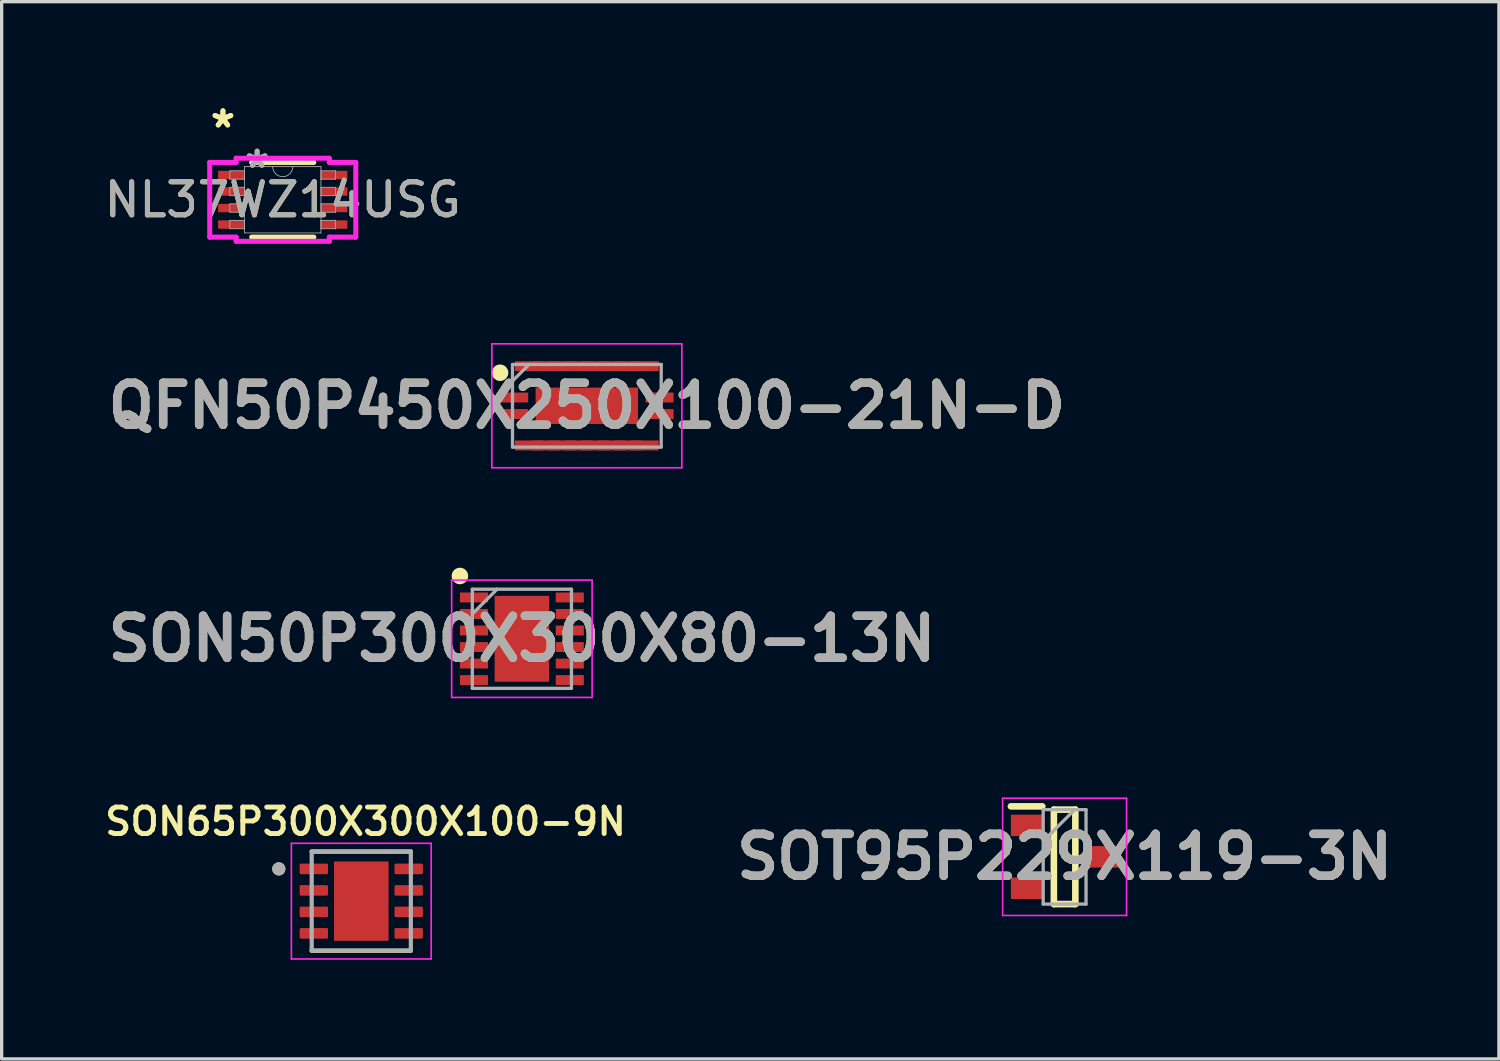
<source format=kicad_pcb>
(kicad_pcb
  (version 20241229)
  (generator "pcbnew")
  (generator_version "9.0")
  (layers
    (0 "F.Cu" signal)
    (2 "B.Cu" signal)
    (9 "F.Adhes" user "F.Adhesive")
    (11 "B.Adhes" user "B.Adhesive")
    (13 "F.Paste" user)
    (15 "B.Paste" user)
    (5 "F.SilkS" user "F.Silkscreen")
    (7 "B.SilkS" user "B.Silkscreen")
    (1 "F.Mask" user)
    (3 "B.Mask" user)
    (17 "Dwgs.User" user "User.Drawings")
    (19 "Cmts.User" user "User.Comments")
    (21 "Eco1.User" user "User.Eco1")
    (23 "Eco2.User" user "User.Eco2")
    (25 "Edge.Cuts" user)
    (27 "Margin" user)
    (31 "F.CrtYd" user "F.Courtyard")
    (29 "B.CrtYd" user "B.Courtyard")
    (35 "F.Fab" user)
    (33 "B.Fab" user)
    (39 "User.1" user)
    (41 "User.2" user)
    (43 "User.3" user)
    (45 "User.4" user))
  (footprint "SON65P300X300X100-9N"
    (layer "F.Cu")
    (at 7.882 24.218)
    (property "Reference" "SON65P300X300X100-9N" (at 0.13 -2.408 0) (layer "F.SilkS") (effects (font (size 0.8 0.8) (thickness 0.15))))
    (attr smd)
    (fp_line (start -1.5 -1.5) (end 1.5 -1.5) (stroke (width 0.127) (type solid)) (layer "F.SilkS"))
    (fp_line (start -1.5 1.5) (end 1.5 1.5) (stroke (width 0.127) (type solid)) (layer "F.SilkS"))
    (fp_circle (center -2.495 -0.975) (end -2.395 -0.975) (stroke (width 0.2) (type solid)) (fill no) (layer "F.SilkS"))
    (fp_poly (pts (xy -0.52 -0.76) (xy 0.52 -0.76) (xy 0.52 0.76) (xy -0.52 0.76)) (stroke (width 0.01) (type solid)) (fill yes) (layer "F.Paste"))
    (fp_line (start -2.115 -1.75) (end -2.115 1.75) (stroke (width 0.05) (type solid)) (layer "F.CrtYd"))
    (fp_line (start -2.115 -1.75) (end 2.115 -1.75) (stroke (width 0.05) (type solid)) (layer "F.CrtYd"))
    (fp_line (start -2.115 1.75) (end 2.115 1.75) (stroke (width 0.05) (type solid)) (layer "F.CrtYd"))
    (fp_line (start 2.115 -1.75) (end 2.115 1.75) (stroke (width 0.05) (type solid)) (layer "F.CrtYd"))
    (fp_line (start -1.5 -1.5) (end -1.5 1.5) (stroke (width 0.127) (type solid)) (layer "F.Fab"))
    (fp_line (start -1.5 -1.5) (end 1.5 -1.5) (stroke (width 0.127) (type solid)) (layer "F.Fab"))
    (fp_line (start -1.5 1.5) (end 1.5 1.5) (stroke (width 0.127) (type solid)) (layer "F.Fab"))
    (fp_line (start 1.5 -1.5) (end 1.5 1.5) (stroke (width 0.127) (type solid)) (layer "F.Fab"))
    (fp_circle (center -2.495 -0.975) (end -2.395 -0.975) (stroke (width 0.2) (type solid)) (fill no) (layer "F.Fab"))
    (pad "1" smd roundrect (at -1.435 -0.975) (size 0.86 0.32) (layers "F.Cu" "F.Mask" "F.Paste") (roundrect_rratio 0.125))
    (pad "2" smd roundrect (at -1.435 -0.325) (size 0.86 0.32) (layers "F.Cu" "F.Mask" "F.Paste") (roundrect_rratio 0.125))
    (pad "3" smd roundrect (at -1.435 0.325) (size 0.86 0.32) (layers "F.Cu" "F.Mask" "F.Paste") (roundrect_rratio 0.125))
    (pad "4" smd roundrect (at -1.435 0.975) (size 0.86 0.32) (layers "F.Cu" "F.Mask" "F.Paste") (roundrect_rratio 0.125))
    (pad "5" smd roundrect (at 1.435 0.975) (size 0.86 0.32) (layers "F.Cu" "F.Mask" "F.Paste") (roundrect_rratio 0.125))
    (pad "6" smd roundrect (at 1.435 0.325) (size 0.86 0.32) (layers "F.Cu" "F.Mask" "F.Paste") (roundrect_rratio 0.125))
    (pad "7" smd roundrect (at 1.435 -0.325) (size 0.86 0.32) (layers "F.Cu" "F.Mask" "F.Paste") (roundrect_rratio 0.125))
    (pad "8" smd roundrect (at 1.435 -0.975) (size 0.86 0.32) (layers "F.Cu" "F.Mask" "F.Paste") (roundrect_rratio 0.125))
    (pad "9" smd rect (at 0 0) (size 1.65 2.4) (layers "F.Cu" "F.Mask")))
  (footprint "SOT95P229X119-3N"
    (layer "F.Cu")
    (at 29.165 22.878)
    (property "Reference" "SOT95P229X119-3N" (at 0 0 0) (layer "F.SilkS") (effects (font (size 1.27 1.27) (thickness 0.254))))
    (attr smd)
    (fp_line (start -1.625 -1.528) (end -0.675 -1.528) (stroke (width 0.2) (type solid)) (layer "F.SilkS"))
    (fp_line (start -0.325 -1.429) (end 0.325 -1.429) (stroke (width 0.2) (type solid)) (layer "F.SilkS"))
    (fp_line (start -0.325 1.429) (end -0.325 -1.429) (stroke (width 0.2) (type solid)) (layer "F.SilkS"))
    (fp_line (start 0.325 -1.429) (end 0.325 1.429) (stroke (width 0.2) (type solid)) (layer "F.SilkS"))
    (fp_line (start 0.325 1.429) (end -0.325 1.429) (stroke (width 0.2) (type solid)) (layer "F.SilkS"))
    (fp_line (start -1.875 -1.774) (end 1.875 -1.774) (stroke (width 0.05) (type solid)) (layer "F.CrtYd"))
    (fp_line (start -1.875 1.774) (end -1.875 -1.774) (stroke (width 0.05) (type solid)) (layer "F.CrtYd"))
    (fp_line (start 1.875 -1.774) (end 1.875 1.774) (stroke (width 0.05) (type solid)) (layer "F.CrtYd"))
    (fp_line (start 1.875 1.774) (end -1.875 1.774) (stroke (width 0.05) (type solid)) (layer "F.CrtYd"))
    (fp_line (start -0.648 -1.429) (end 0.648 -1.429) (stroke (width 0.1) (type solid)) (layer "F.Fab"))
    (fp_line (start -0.648 -0.476) (end 0.305 -1.429) (stroke (width 0.1) (type solid)) (layer "F.Fab"))
    (fp_line (start -0.648 1.429) (end -0.648 -1.429) (stroke (width 0.1) (type solid)) (layer "F.Fab"))
    (fp_line (start 0.648 -1.429) (end 0.648 1.429) (stroke (width 0.1) (type solid)) (layer "F.Fab"))
    (fp_line (start 0.648 1.429) (end -0.648 1.429) (stroke (width 0.1) (type solid)) (layer "F.Fab"))
    (fp_text user "${REFERENCE}" (at 0 0 0) (layer "F.Fab") (effects (font (size 1.27 1.27) (thickness 0.254))))
    (pad "1" smd rect (at -1.15 -0.952 90) (size 0.65 0.95) (layers "F.Cu" "F.Mask" "F.Paste"))
    (pad "2" smd rect (at -1.15 0.952 90) (size 0.65 0.95) (layers "F.Cu" "F.Mask" "F.Paste"))
    (pad "3" smd rect (at 1.15 0 90) (size 0.65 0.95) (layers "F.Cu" "F.Mask" "F.Paste")))
  (footprint "NL37WZ14USG"
    (layer "F.Cu")
    (at 5.506 2.995)
    (property "Reference" "NL37WZ14USG" (at 0 0 0) (unlocked yes) (layer "F.SilkS") (effects (font (size 1 1) (thickness 0.15))))
    (attr smd)
    (fp_line (start -0.94 1.13) (end 0.94 1.13) (stroke (width 0.152) (type solid)) (layer "F.SilkS"))
    (fp_line (start 0.94 -1.13) (end -0.94 -1.13) (stroke (width 0.152) (type solid)) (layer "F.SilkS"))
    (fp_line (start -2.21 -1.131) (end -1.41 -1.131) (stroke (width 0.152) (type solid)) (layer "F.CrtYd"))
    (fp_line (start -2.21 1.131) (end -2.21 -1.131) (stroke (width 0.152) (type solid)) (layer "F.CrtYd"))
    (fp_line (start -2.21 1.131) (end -1.41 1.131) (stroke (width 0.152) (type solid)) (layer "F.CrtYd"))
    (fp_line (start -1.41 -1.257) (end 1.41 -1.257) (stroke (width 0.152) (type solid)) (layer "F.CrtYd"))
    (fp_line (start -1.41 -1.131) (end -1.41 -1.257) (stroke (width 0.152) (type solid)) (layer "F.CrtYd"))
    (fp_line (start -1.41 1.257) (end -1.41 1.131) (stroke (width 0.152) (type solid)) (layer "F.CrtYd"))
    (fp_line (start 1.41 -1.257) (end 1.41 -1.131) (stroke (width 0.152) (type solid)) (layer "F.CrtYd"))
    (fp_line (start 1.41 1.131) (end 1.41 1.257) (stroke (width 0.152) (type solid)) (layer "F.CrtYd"))
    (fp_line (start 1.41 1.257) (end -1.41 1.257) (stroke (width 0.152) (type solid)) (layer "F.CrtYd"))
    (fp_line (start 2.21 -1.131) (end 1.41 -1.131) (stroke (width 0.152) (type solid)) (layer "F.CrtYd"))
    (fp_line (start 2.21 -1.131) (end 2.21 1.131) (stroke (width 0.152) (type solid)) (layer "F.CrtYd"))
    (fp_line (start 2.21 1.131) (end 1.41 1.131) (stroke (width 0.152) (type solid)) (layer "F.CrtYd"))
    (fp_line (start -1.6 -0.877) (end -1.6 -0.623) (stroke (width 0.025) (type solid)) (layer "F.Fab"))
    (fp_line (start -1.6 -0.623) (end -1.156 -0.623) (stroke (width 0.025) (type solid)) (layer "F.Fab"))
    (fp_line (start -1.6 -0.377) (end -1.6 -0.123) (stroke (width 0.025) (type solid)) (layer "F.Fab"))
    (fp_line (start -1.6 -0.123) (end -1.156 -0.123) (stroke (width 0.025) (type solid)) (layer "F.Fab"))
    (fp_line (start -1.6 0.123) (end -1.6 0.377) (stroke (width 0.025) (type solid)) (layer "F.Fab"))
    (fp_line (start -1.6 0.377) (end -1.156 0.377) (stroke (width 0.025) (type solid)) (layer "F.Fab"))
    (fp_line (start -1.6 0.623) (end -1.6 0.877) (stroke (width 0.025) (type solid)) (layer "F.Fab"))
    (fp_line (start -1.6 0.877) (end -1.156 0.877) (stroke (width 0.025) (type solid)) (layer "F.Fab"))
    (fp_line (start -1.156 -1.003) (end -1.156 1.003) (stroke (width 0.025) (type solid)) (layer "F.Fab"))
    (fp_line (start -1.156 -0.877) (end -1.6 -0.877) (stroke (width 0.025) (type solid)) (layer "F.Fab"))
    (fp_line (start -1.156 -0.623) (end -1.156 -0.877) (stroke (width 0.025) (type solid)) (layer "F.Fab"))
    (fp_line (start -1.156 -0.377) (end -1.6 -0.377) (stroke (width 0.025) (type solid)) (layer "F.Fab"))
    (fp_line (start -1.156 -0.123) (end -1.156 -0.377) (stroke (width 0.025) (type solid)) (layer "F.Fab"))
    (fp_line (start -1.156 0.123) (end -1.6 0.123) (stroke (width 0.025) (type solid)) (layer "F.Fab"))
    (fp_line (start -1.156 0.377) (end -1.156 0.123) (stroke (width 0.025) (type solid)) (layer "F.Fab"))
    (fp_line (start -1.156 0.623) (end -1.6 0.623) (stroke (width 0.025) (type solid)) (layer "F.Fab"))
    (fp_line (start -1.156 0.877) (end -1.156 0.623) (stroke (width 0.025) (type solid)) (layer "F.Fab"))
    (fp_line (start -1.156 1.003) (end 1.156 1.003) (stroke (width 0.025) (type solid)) (layer "F.Fab"))
    (fp_line (start 1.156 -1.003) (end -1.156 -1.003) (stroke (width 0.025) (type solid)) (layer "F.Fab"))
    (fp_line (start 1.156 -0.877) (end 1.156 -0.623) (stroke (width 0.025) (type solid)) (layer "F.Fab"))
    (fp_line (start 1.156 -0.623) (end 1.6 -0.623) (stroke (width 0.025) (type solid)) (layer "F.Fab"))
    (fp_line (start 1.156 -0.377) (end 1.156 -0.123) (stroke (width 0.025) (type solid)) (layer "F.Fab"))
    (fp_line (start 1.156 -0.123) (end 1.6 -0.123) (stroke (width 0.025) (type solid)) (layer "F.Fab"))
    (fp_line (start 1.156 0.123) (end 1.156 0.377) (stroke (width 0.025) (type solid)) (layer "F.Fab"))
    (fp_line (start 1.156 0.377) (end 1.6 0.377) (stroke (width 0.025) (type solid)) (layer "F.Fab"))
    (fp_line (start 1.156 0.623) (end 1.156 0.877) (stroke (width 0.025) (type solid)) (layer "F.Fab"))
    (fp_line (start 1.156 0.877) (end 1.6 0.877) (stroke (width 0.025) (type solid)) (layer "F.Fab"))
    (fp_line (start 1.156 1.003) (end 1.156 -1.003) (stroke (width 0.025) (type solid)) (layer "F.Fab"))
    (fp_line (start 1.6 -0.877) (end 1.156 -0.877) (stroke (width 0.025) (type solid)) (layer "F.Fab"))
    (fp_line (start 1.6 -0.623) (end 1.6 -0.877) (stroke (width 0.025) (type solid)) (layer "F.Fab"))
    (fp_line (start 1.6 -0.377) (end 1.156 -0.377) (stroke (width 0.025) (type solid)) (layer "F.Fab"))
    (fp_line (start 1.6 -0.123) (end 1.6 -0.377) (stroke (width 0.025) (type solid)) (layer "F.Fab"))
    (fp_line (start 1.6 0.123) (end 1.156 0.123) (stroke (width 0.025) (type solid)) (layer "F.Fab"))
    (fp_line (start 1.6 0.377) (end 1.6 0.123) (stroke (width 0.025) (type solid)) (layer "F.Fab"))
    (fp_line (start 1.6 0.623) (end 1.156 0.623) (stroke (width 0.025) (type solid)) (layer "F.Fab"))
    (fp_line (start 1.6 0.877) (end 1.6 0.623) (stroke (width 0.025) (type solid)) (layer "F.Fab"))
    (fp_arc (start 0.3048 -1.0033) (mid 0 -0.6985) (end -0.3048 -1.0033) (stroke (width 0.0254) (type solid)) (layer "F.Fab"))
    (fp_text user "*" (at -1.81 -2.147 0) (layer "F.SilkS") (effects (font (size 1 1) (thickness 0.15))))
    (fp_text user "*" (at -1.81 -2.147 0) (unlocked yes) (layer "F.SilkS") (effects (font (size 1 1) (thickness 0.15))))
    (fp_text user "${REFERENCE}" (at 0 0 0) (unlocked yes) (layer "F.Fab") (effects (font (size 1 1) (thickness 0.15))))
    (fp_text user "*" (at -0.775 -0.927 0) (unlocked yes) (layer "F.Fab") (effects (font (size 1 1) (thickness 0.15))))
    (fp_text user "*" (at -0.775 -0.927 0) (layer "F.Fab") (effects (font (size 1 1) (thickness 0.15))))
    (pad "1" smd rect (at -1.556 -0.75) (size 0.8 0.254) (layers "F.Cu" "F.Mask" "F.Paste"))
    (pad "2" smd rect (at -1.556 -0.25) (size 0.8 0.254) (layers "F.Cu" "F.Mask" "F.Paste"))
    (pad "3" smd rect (at -1.556 0.25) (size 0.8 0.254) (layers "F.Cu" "F.Mask" "F.Paste"))
    (pad "4" smd rect (at -1.556 0.75) (size 0.8 0.254) (layers "F.Cu" "F.Mask" "F.Paste"))
    (pad "5" smd rect (at 1.556 0.75) (size 0.8 0.254) (layers "F.Cu" "F.Mask" "F.Paste"))
    (pad "6" smd rect (at 1.556 0.25) (size 0.8 0.254) (layers "F.Cu" "F.Mask" "F.Paste"))
    (pad "7" smd rect (at 1.556 -0.25) (size 0.8 0.254) (layers "F.Cu" "F.Mask" "F.Paste"))
    (pad "8" smd rect (at 1.556 -0.75) (size 0.8 0.254) (layers "F.Cu" "F.Mask" "F.Paste")))
  (footprint "SON50P300X300X80-13N"
    (layer "F.Cu")
    (at 12.742 16.279)
    (property "Reference" "SON50P300X300X80-13N" (at 0 0 0) (layer "F.SilkS") (effects (font (size 1.27 1.27) (thickness 0.254))))
    (attr smd)
    (fp_circle (center -1.875 -1.9) (end -1.875 -1.775) (stroke (width 0.25) (type solid)) (fill no) (layer "F.SilkS"))
    (fp_line (start -2.125 -1.775) (end 2.125 -1.775) (stroke (width 0.05) (type solid)) (layer "F.CrtYd"))
    (fp_line (start -2.125 1.775) (end -2.125 -1.775) (stroke (width 0.05) (type solid)) (layer "F.CrtYd"))
    (fp_line (start 2.125 -1.775) (end 2.125 1.775) (stroke (width 0.05) (type solid)) (layer "F.CrtYd"))
    (fp_line (start 2.125 1.775) (end -2.125 1.775) (stroke (width 0.05) (type solid)) (layer "F.CrtYd"))
    (fp_line (start -1.5 -1.5) (end 1.5 -1.5) (stroke (width 0.1) (type solid)) (layer "F.Fab"))
    (fp_line (start -1.5 -0.75) (end -0.75 -1.5) (stroke (width 0.1) (type solid)) (layer "F.Fab"))
    (fp_line (start -1.5 1.5) (end -1.5 -1.5) (stroke (width 0.1) (type solid)) (layer "F.Fab"))
    (fp_line (start 1.5 -1.5) (end 1.5 1.5) (stroke (width 0.1) (type solid)) (layer "F.Fab"))
    (fp_line (start 1.5 1.5) (end -1.5 1.5) (stroke (width 0.1) (type solid)) (layer "F.Fab"))
    (fp_text user "${REFERENCE}" (at 0 0 0) (layer "F.Fab") (effects (font (size 1.27 1.27) (thickness 0.254))))
    (pad "1" smd rect (at -1.45 -1.25 90) (size 0.3 0.85) (layers "F.Cu" "F.Mask" "F.Paste"))
    (pad "2" smd rect (at -1.45 -0.75 90) (size 0.3 0.85) (layers "F.Cu" "F.Mask" "F.Paste"))
    (pad "3" smd rect (at -1.45 -0.25 90) (size 0.3 0.85) (layers "F.Cu" "F.Mask" "F.Paste"))
    (pad "4" smd rect (at -1.45 0.25 90) (size 0.3 0.85) (layers "F.Cu" "F.Mask" "F.Paste"))
    (pad "5" smd rect (at -1.45 0.75 90) (size 0.3 0.85) (layers "F.Cu" "F.Mask" "F.Paste"))
    (pad "6" smd rect (at -1.45 1.25 90) (size 0.3 0.85) (layers "F.Cu" "F.Mask" "F.Paste"))
    (pad "7" smd rect (at 1.45 1.25 90) (size 0.3 0.85) (layers "F.Cu" "F.Mask" "F.Paste"))
    (pad "8" smd rect (at 1.45 0.75 90) (size 0.3 0.85) (layers "F.Cu" "F.Mask" "F.Paste"))
    (pad "9" smd rect (at 1.45 0.25 90) (size 0.3 0.85) (layers "F.Cu" "F.Mask" "F.Paste"))
    (pad "10" smd rect (at 1.45 -0.25 90) (size 0.3 0.85) (layers "F.Cu" "F.Mask" "F.Paste"))
    (pad "11" smd rect (at 1.45 -0.75 90) (size 0.3 0.85) (layers "F.Cu" "F.Mask" "F.Paste"))
    (pad "12" smd rect (at 1.45 -1.25 90) (size 0.3 0.85) (layers "F.Cu" "F.Mask" "F.Paste"))
    (pad "13" smd rect (at 0 0) (size 1.65 2.6) (layers "F.Cu" "F.Mask" "F.Paste")))
  (footprint "QFN50P450X250X100-21N-D"
    (layer "F.Cu")
    (at 14.708 9.229)
    (property "Reference" "QFN50P450X250X100-21N-D" (at 0 0 0) (layer "F.SilkS") (effects (font (size 1.27 1.27) (thickness 0.254))))
    (attr smd)
    (fp_circle (center -2.625 -1) (end -2.625 -0.875) (stroke (width 0.25) (type solid)) (fill no) (layer "F.SilkS"))
    (fp_line (start -2.875 -1.875) (end 2.875 -1.875) (stroke (width 0.05) (type solid)) (layer "F.CrtYd"))
    (fp_line (start -2.875 1.875) (end -2.875 -1.875) (stroke (width 0.05) (type solid)) (layer "F.CrtYd"))
    (fp_line (start 2.875 -1.875) (end 2.875 1.875) (stroke (width 0.05) (type solid)) (layer "F.CrtYd"))
    (fp_line (start 2.875 1.875) (end -2.875 1.875) (stroke (width 0.05) (type solid)) (layer "F.CrtYd"))
    (fp_line (start -2.25 -1.25) (end 2.25 -1.25) (stroke (width 0.1) (type solid)) (layer "F.Fab"))
    (fp_line (start -2.25 -0.75) (end -1.75 -1.25) (stroke (width 0.1) (type solid)) (layer "F.Fab"))
    (fp_line (start -2.25 1.25) (end -2.25 -1.25) (stroke (width 0.1) (type solid)) (layer "F.Fab"))
    (fp_line (start 2.25 -1.25) (end 2.25 1.25) (stroke (width 0.1) (type solid)) (layer "F.Fab"))
    (fp_line (start 2.25 1.25) (end -2.25 1.25) (stroke (width 0.1) (type solid)) (layer "F.Fab"))
    (fp_text user "${REFERENCE}" (at 0 0 0) (layer "F.Fab") (effects (font (size 1.27 1.27) (thickness 0.254))))
    (pad "1" smd rect (at -2.2 0.25 90) (size 0.3 0.85) (layers "F.Cu" "F.Mask" "F.Paste"))
    (pad "2" smd rect (at -1.75 1.2 90) (size 0.3 0.85) (layers "F.Cu" "F.Mask" "F.Paste"))
    (pad "3" smd rect (at -1.25 1.2 90) (size 0.3 0.85) (layers "F.Cu" "F.Mask" "F.Paste"))
    (pad "4" smd rect (at -0.75 1.2 90) (size 0.3 0.85) (layers "F.Cu" "F.Mask" "F.Paste"))
    (pad "5" smd rect (at -0.25 1.2 90) (size 0.3 0.85) (layers "F.Cu" "F.Mask" "F.Paste"))
    (pad "6" smd rect (at 0.25 1.2 90) (size 0.3 0.85) (layers "F.Cu" "F.Mask" "F.Paste"))
    (pad "7" smd rect (at 0.75 1.2 90) (size 0.3 0.85) (layers "F.Cu" "F.Mask" "F.Paste"))
    (pad "8" smd rect (at 1.25 1.2 90) (size 0.3 0.85) (layers "F.Cu" "F.Mask" "F.Paste"))
    (pad "9" smd rect (at 1.75 1.2 90) (size 0.3 0.85) (layers "F.Cu" "F.Mask" "F.Paste"))
    (pad "10" smd rect (at 2.2 0.25 90) (size 0.3 0.85) (layers "F.Cu" "F.Mask" "F.Paste"))
    (pad "11" smd rect (at 2.2 -0.25 90) (size 0.3 0.85) (layers "F.Cu" "F.Mask" "F.Paste"))
    (pad "12" smd rect (at 1.75 -1.2 90) (size 0.3 0.85) (layers "F.Cu" "F.Mask" "F.Paste"))
    (pad "13" smd rect (at 1.25 -1.2 90) (size 0.3 0.85) (layers "F.Cu" "F.Mask" "F.Paste"))
    (pad "14" smd rect (at 0.75 -1.2 90) (size 0.3 0.85) (layers "F.Cu" "F.Mask" "F.Paste"))
    (pad "15" smd rect (at 0.25 -1.2 90) (size 0.3 0.85) (layers "F.Cu" "F.Mask" "F.Paste"))
    (pad "16" smd rect (at -0.25 -1.2 90) (size 0.3 0.85) (layers "F.Cu" "F.Mask" "F.Paste"))
    (pad "17" smd rect (at -0.75 -1.2 90) (size 0.3 0.85) (layers "F.Cu" "F.Mask" "F.Paste"))
    (pad "18" smd rect (at -1.25 -1.2 90) (size 0.3 0.85) (layers "F.Cu" "F.Mask" "F.Paste"))
    (pad "19" smd rect (at -1.75 -1.2 90) (size 0.3 0.85) (layers "F.Cu" "F.Mask" "F.Paste"))
    (pad "20" smd rect (at -2.2 -0.25 90) (size 0.3 0.85) (layers "F.Cu" "F.Mask" "F.Paste"))
    (pad "21" smd rect (at 0 0 90) (size 1.1 3.1) (layers "F.Cu" "F.Mask" "F.Paste")))
  (gr_rect
    (start -3 -3)
    (end 42.307 28.993)
    (stroke (width 0.1) (type default))
    (fill no)
    (layer "Edge.Cuts")))
</source>
